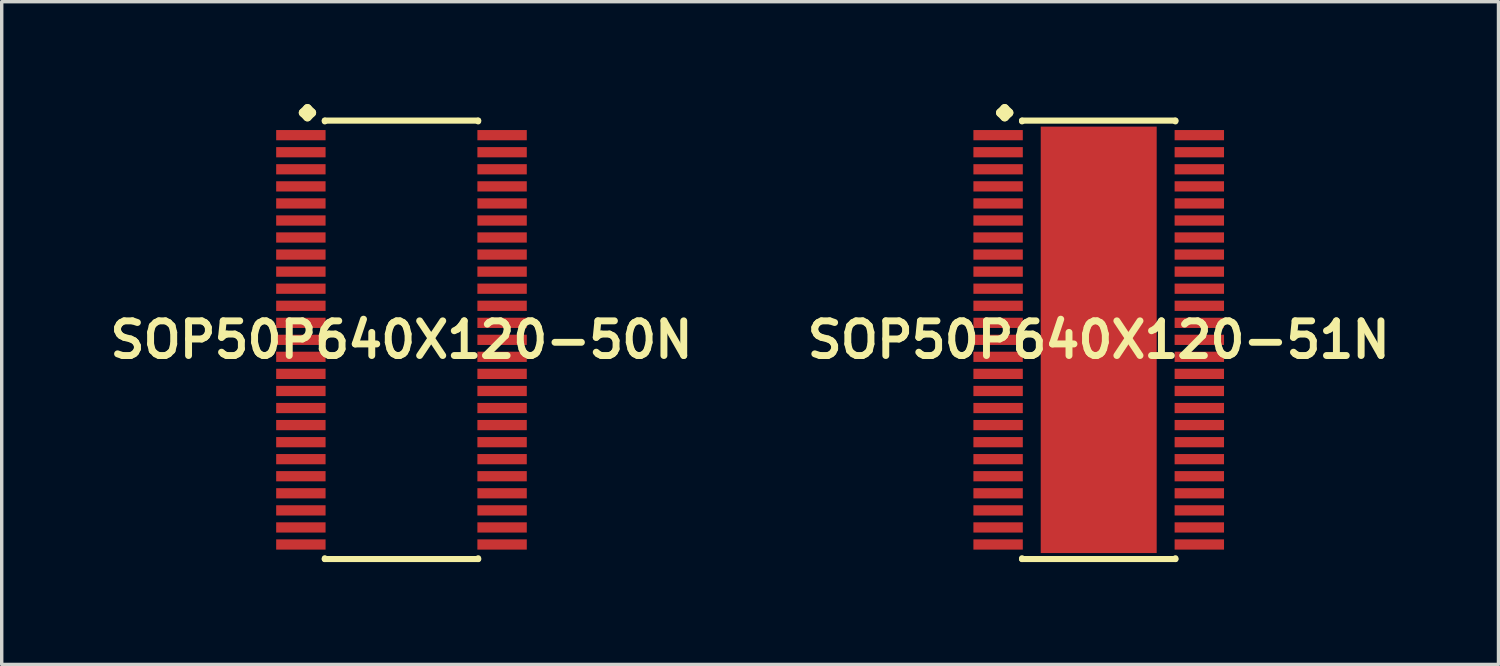
<source format=kicad_pcb>
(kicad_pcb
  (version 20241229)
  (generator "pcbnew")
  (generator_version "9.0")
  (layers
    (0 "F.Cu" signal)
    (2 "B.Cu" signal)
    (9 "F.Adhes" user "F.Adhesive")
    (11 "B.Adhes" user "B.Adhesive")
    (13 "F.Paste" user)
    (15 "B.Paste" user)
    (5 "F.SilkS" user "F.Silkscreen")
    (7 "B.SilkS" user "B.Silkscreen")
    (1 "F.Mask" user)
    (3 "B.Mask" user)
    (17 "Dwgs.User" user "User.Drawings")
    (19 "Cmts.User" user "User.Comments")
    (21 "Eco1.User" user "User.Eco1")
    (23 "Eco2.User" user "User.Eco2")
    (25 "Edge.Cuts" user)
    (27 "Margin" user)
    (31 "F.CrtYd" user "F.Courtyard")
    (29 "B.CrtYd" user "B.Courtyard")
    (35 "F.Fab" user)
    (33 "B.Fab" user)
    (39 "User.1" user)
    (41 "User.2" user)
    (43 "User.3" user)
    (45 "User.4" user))
  (footprint "SOP50P640X120-50N"
    (layer "F.Cu")
    (at 8.718 6.911)
    (property "Reference" "SOP50P640X120-50N" (at 0 0 0) (layer "F.SilkS") (effects (font (size 1.016 1.016) (thickness 0.203))))
    (attr smd)
    (fp_line (start -2.883 -6.657) (end -2.756 -6.784) (stroke (width 0.254) (type solid)) (layer "F.SilkS"))
    (fp_line (start -2.756 -6.784) (end -2.629 -6.657) (stroke (width 0.254) (type solid)) (layer "F.SilkS"))
    (fp_line (start -2.756 -6.53) (end -2.883 -6.657) (stroke (width 0.254) (type solid)) (layer "F.SilkS"))
    (fp_line (start -2.629 -6.657) (end -2.756 -6.53) (stroke (width 0.254) (type solid)) (layer "F.SilkS"))
    (fp_line (start -2.248 -6.426) (end 2.248 -6.426) (stroke (width 0.178) (type solid)) (layer "F.SilkS"))
    (fp_line (start -2.248 -6.403) (end -2.248 -6.426) (stroke (width 0.178) (type solid)) (layer "F.SilkS"))
    (fp_line (start -2.248 6.403) (end -2.248 6.426) (stroke (width 0.178) (type solid)) (layer "F.SilkS"))
    (fp_line (start -2.248 6.426) (end 2.248 6.426) (stroke (width 0.178) (type solid)) (layer "F.SilkS"))
    (fp_line (start 2.248 -6.426) (end 2.248 -6.403) (stroke (width 0.178) (type solid)) (layer "F.SilkS"))
    (fp_line (start 2.248 6.426) (end 2.248 6.403) (stroke (width 0.178) (type solid)) (layer "F.SilkS"))
    (pad "1" smd rect (at -2.949 -5.999) (size 1.448 0.3) (layers "F.Cu" "F.Mask" "F.Paste"))
    (pad "2" smd rect (at -2.949 -5.499) (size 1.448 0.3) (layers "F.Cu" "F.Mask" "F.Paste"))
    (pad "3" smd rect (at -2.949 -4.999) (size 1.448 0.3) (layers "F.Cu" "F.Mask" "F.Paste"))
    (pad "4" smd rect (at -2.949 -4.498) (size 1.448 0.3) (layers "F.Cu" "F.Mask" "F.Paste"))
    (pad "5" smd rect (at -2.949 -3.998) (size 1.448 0.3) (layers "F.Cu" "F.Mask" "F.Paste"))
    (pad "6" smd rect (at -2.949 -3.498) (size 1.448 0.3) (layers "F.Cu" "F.Mask" "F.Paste"))
    (pad "7" smd rect (at -2.949 -3) (size 1.448 0.3) (layers "F.Cu" "F.Mask" "F.Paste"))
    (pad "8" smd rect (at -2.949 -2.499) (size 1.448 0.3) (layers "F.Cu" "F.Mask" "F.Paste"))
    (pad "9" smd rect (at -2.949 -1.999) (size 1.448 0.3) (layers "F.Cu" "F.Mask" "F.Paste"))
    (pad "10" smd rect (at -2.949 -1.499) (size 1.448 0.3) (layers "F.Cu" "F.Mask" "F.Paste"))
    (pad "11" smd rect (at -2.949 -0.998) (size 1.448 0.3) (layers "F.Cu" "F.Mask" "F.Paste"))
    (pad "12" smd rect (at -2.949 -0.498) (size 1.448 0.3) (layers "F.Cu" "F.Mask" "F.Paste"))
    (pad "13" smd rect (at -2.949 0) (size 1.448 0.3) (layers "F.Cu" "F.Mask" "F.Paste"))
    (pad "14" smd rect (at -2.949 0.498) (size 1.448 0.3) (layers "F.Cu" "F.Mask" "F.Paste"))
    (pad "15" smd rect (at -2.949 0.998) (size 1.448 0.3) (layers "F.Cu" "F.Mask" "F.Paste"))
    (pad "16" smd rect (at -2.949 1.499) (size 1.448 0.3) (layers "F.Cu" "F.Mask" "F.Paste"))
    (pad "17" smd rect (at -2.949 1.999) (size 1.448 0.3) (layers "F.Cu" "F.Mask" "F.Paste"))
    (pad "18" smd rect (at -2.949 2.499) (size 1.448 0.3) (layers "F.Cu" "F.Mask" "F.Paste"))
    (pad "19" smd rect (at -2.949 3) (size 1.448 0.3) (layers "F.Cu" "F.Mask" "F.Paste"))
    (pad "20" smd rect (at -2.949 3.498) (size 1.448 0.3) (layers "F.Cu" "F.Mask" "F.Paste"))
    (pad "21" smd rect (at -2.949 3.998) (size 1.448 0.3) (layers "F.Cu" "F.Mask" "F.Paste"))
    (pad "22" smd rect (at -2.949 4.498) (size 1.448 0.3) (layers "F.Cu" "F.Mask" "F.Paste"))
    (pad "23" smd rect (at -2.949 4.999) (size 1.448 0.3) (layers "F.Cu" "F.Mask" "F.Paste"))
    (pad "24" smd rect (at -2.949 5.499) (size 1.448 0.3) (layers "F.Cu" "F.Mask" "F.Paste"))
    (pad "25" smd rect (at -2.949 5.999) (size 1.448 0.3) (layers "F.Cu" "F.Mask" "F.Paste"))
    (pad "26" smd rect (at 2.949 5.999) (size 1.448 0.3) (layers "F.Cu" "F.Mask" "F.Paste"))
    (pad "27" smd rect (at 2.949 5.499) (size 1.448 0.3) (layers "F.Cu" "F.Mask" "F.Paste"))
    (pad "28" smd rect (at 2.949 4.999) (size 1.448 0.3) (layers "F.Cu" "F.Mask" "F.Paste"))
    (pad "29" smd rect (at 2.949 4.498) (size 1.448 0.3) (layers "F.Cu" "F.Mask" "F.Paste"))
    (pad "30" smd rect (at 2.949 3.998) (size 1.448 0.3) (layers "F.Cu" "F.Mask" "F.Paste"))
    (pad "31" smd rect (at 2.949 3.498) (size 1.448 0.3) (layers "F.Cu" "F.Mask" "F.Paste"))
    (pad "32" smd rect (at 2.949 3) (size 1.448 0.3) (layers "F.Cu" "F.Mask" "F.Paste"))
    (pad "33" smd rect (at 2.949 2.499) (size 1.448 0.3) (layers "F.Cu" "F.Mask" "F.Paste"))
    (pad "34" smd rect (at 2.949 1.999) (size 1.448 0.3) (layers "F.Cu" "F.Mask" "F.Paste"))
    (pad "35" smd rect (at 2.949 1.499) (size 1.448 0.3) (layers "F.Cu" "F.Mask" "F.Paste"))
    (pad "36" smd rect (at 2.949 0.998) (size 1.448 0.3) (layers "F.Cu" "F.Mask" "F.Paste"))
    (pad "37" smd rect (at 2.949 0.498) (size 1.448 0.3) (layers "F.Cu" "F.Mask" "F.Paste"))
    (pad "38" smd rect (at 2.949 0) (size 1.448 0.3) (layers "F.Cu" "F.Mask" "F.Paste"))
    (pad "39" smd rect (at 2.949 -0.498) (size 1.448 0.3) (layers "F.Cu" "F.Mask" "F.Paste"))
    (pad "40" smd rect (at 2.949 -0.998) (size 1.448 0.3) (layers "F.Cu" "F.Mask" "F.Paste"))
    (pad "41" smd rect (at 2.949 -1.499) (size 1.448 0.3) (layers "F.Cu" "F.Mask" "F.Paste"))
    (pad "42" smd rect (at 2.949 -1.999) (size 1.448 0.3) (layers "F.Cu" "F.Mask" "F.Paste"))
    (pad "43" smd rect (at 2.949 -2.499) (size 1.448 0.3) (layers "F.Cu" "F.Mask" "F.Paste"))
    (pad "44" smd rect (at 2.949 -3) (size 1.448 0.3) (layers "F.Cu" "F.Mask" "F.Paste"))
    (pad "45" smd rect (at 2.949 -3.498) (size 1.448 0.3) (layers "F.Cu" "F.Mask" "F.Paste"))
    (pad "46" smd rect (at 2.949 -3.998) (size 1.448 0.3) (layers "F.Cu" "F.Mask" "F.Paste"))
    (pad "47" smd rect (at 2.949 -4.498) (size 1.448 0.3) (layers "F.Cu" "F.Mask" "F.Paste"))
    (pad "48" smd rect (at 2.949 -4.999) (size 1.448 0.3) (layers "F.Cu" "F.Mask" "F.Paste"))
    (pad "49" smd rect (at 2.949 -5.499) (size 1.448 0.3) (layers "F.Cu" "F.Mask" "F.Paste"))
    (pad "50" smd rect (at 2.949 -5.999) (size 1.448 0.3) (layers "F.Cu" "F.Mask" "F.Paste")))
  (footprint "SOP50P640X120-51N"
    (layer "F.Cu")
    (at 29.155 6.911)
    (property "Reference" "SOP50P640X120-51N" (at 0 0 0) (layer "F.SilkS") (effects (font (size 1.016 1.016) (thickness 0.203))))
    (attr smd)
    (fp_line (start -2.883 -6.657) (end -2.756 -6.784) (stroke (width 0.254) (type solid)) (layer "F.SilkS"))
    (fp_line (start -2.756 -6.784) (end -2.629 -6.657) (stroke (width 0.254) (type solid)) (layer "F.SilkS"))
    (fp_line (start -2.756 -6.53) (end -2.883 -6.657) (stroke (width 0.254) (type solid)) (layer "F.SilkS"))
    (fp_line (start -2.629 -6.657) (end -2.756 -6.53) (stroke (width 0.254) (type solid)) (layer "F.SilkS"))
    (fp_line (start -2.248 -6.426) (end 2.248 -6.426) (stroke (width 0.178) (type solid)) (layer "F.SilkS"))
    (fp_line (start -2.248 -6.403) (end -2.248 -6.426) (stroke (width 0.178) (type solid)) (layer "F.SilkS"))
    (fp_line (start -2.248 6.403) (end -2.248 6.426) (stroke (width 0.178) (type solid)) (layer "F.SilkS"))
    (fp_line (start -2.248 6.426) (end 2.248 6.426) (stroke (width 0.178) (type solid)) (layer "F.SilkS"))
    (fp_line (start 2.248 -6.426) (end 2.248 -6.403) (stroke (width 0.178) (type solid)) (layer "F.SilkS"))
    (fp_line (start 2.248 6.426) (end 2.248 6.403) (stroke (width 0.178) (type solid)) (layer "F.SilkS"))
    (pad "1" smd rect (at -2.949 -5.999) (size 1.448 0.3) (layers "F.Cu" "F.Mask" "F.Paste"))
    (pad "2" smd rect (at -2.949 -5.499) (size 1.448 0.3) (layers "F.Cu" "F.Mask" "F.Paste"))
    (pad "3" smd rect (at -2.949 -4.999) (size 1.448 0.3) (layers "F.Cu" "F.Mask" "F.Paste"))
    (pad "4" smd rect (at -2.949 -4.498) (size 1.448 0.3) (layers "F.Cu" "F.Mask" "F.Paste"))
    (pad "5" smd rect (at -2.949 -3.998) (size 1.448 0.3) (layers "F.Cu" "F.Mask" "F.Paste"))
    (pad "6" smd rect (at -2.949 -3.498) (size 1.448 0.3) (layers "F.Cu" "F.Mask" "F.Paste"))
    (pad "7" smd rect (at -2.949 -3) (size 1.448 0.3) (layers "F.Cu" "F.Mask" "F.Paste"))
    (pad "8" smd rect (at -2.949 -2.499) (size 1.448 0.3) (layers "F.Cu" "F.Mask" "F.Paste"))
    (pad "9" smd rect (at -2.949 -1.999) (size 1.448 0.3) (layers "F.Cu" "F.Mask" "F.Paste"))
    (pad "10" smd rect (at -2.949 -1.499) (size 1.448 0.3) (layers "F.Cu" "F.Mask" "F.Paste"))
    (pad "11" smd rect (at -2.949 -0.998) (size 1.448 0.3) (layers "F.Cu" "F.Mask" "F.Paste"))
    (pad "12" smd rect (at -2.949 -0.498) (size 1.448 0.3) (layers "F.Cu" "F.Mask" "F.Paste"))
    (pad "13" smd rect (at -2.949 0) (size 1.448 0.3) (layers "F.Cu" "F.Mask" "F.Paste"))
    (pad "14" smd rect (at -2.949 0.498) (size 1.448 0.3) (layers "F.Cu" "F.Mask" "F.Paste"))
    (pad "15" smd rect (at -2.949 0.998) (size 1.448 0.3) (layers "F.Cu" "F.Mask" "F.Paste"))
    (pad "16" smd rect (at -2.949 1.499) (size 1.448 0.3) (layers "F.Cu" "F.Mask" "F.Paste"))
    (pad "17" smd rect (at -2.949 1.999) (size 1.448 0.3) (layers "F.Cu" "F.Mask" "F.Paste"))
    (pad "18" smd rect (at -2.949 2.499) (size 1.448 0.3) (layers "F.Cu" "F.Mask" "F.Paste"))
    (pad "19" smd rect (at -2.949 3) (size 1.448 0.3) (layers "F.Cu" "F.Mask" "F.Paste"))
    (pad "20" smd rect (at -2.949 3.498) (size 1.448 0.3) (layers "F.Cu" "F.Mask" "F.Paste"))
    (pad "21" smd rect (at -2.949 3.998) (size 1.448 0.3) (layers "F.Cu" "F.Mask" "F.Paste"))
    (pad "22" smd rect (at -2.949 4.498) (size 1.448 0.3) (layers "F.Cu" "F.Mask" "F.Paste"))
    (pad "23" smd rect (at -2.949 4.999) (size 1.448 0.3) (layers "F.Cu" "F.Mask" "F.Paste"))
    (pad "24" smd rect (at -2.949 5.499) (size 1.448 0.3) (layers "F.Cu" "F.Mask" "F.Paste"))
    (pad "25" smd rect (at -2.949 5.999) (size 1.448 0.3) (layers "F.Cu" "F.Mask" "F.Paste"))
    (pad "26" smd rect (at 2.949 5.999) (size 1.448 0.3) (layers "F.Cu" "F.Mask" "F.Paste"))
    (pad "27" smd rect (at 2.949 5.499) (size 1.448 0.3) (layers "F.Cu" "F.Mask" "F.Paste"))
    (pad "28" smd rect (at 2.949 4.999) (size 1.448 0.3) (layers "F.Cu" "F.Mask" "F.Paste"))
    (pad "29" smd rect (at 2.949 4.498) (size 1.448 0.3) (layers "F.Cu" "F.Mask" "F.Paste"))
    (pad "30" smd rect (at 2.949 3.998) (size 1.448 0.3) (layers "F.Cu" "F.Mask" "F.Paste"))
    (pad "31" smd rect (at 2.949 3.498) (size 1.448 0.3) (layers "F.Cu" "F.Mask" "F.Paste"))
    (pad "32" smd rect (at 2.949 3) (size 1.448 0.3) (layers "F.Cu" "F.Mask" "F.Paste"))
    (pad "33" smd rect (at 2.949 2.499) (size 1.448 0.3) (layers "F.Cu" "F.Mask" "F.Paste"))
    (pad "34" smd rect (at 2.949 1.999) (size 1.448 0.3) (layers "F.Cu" "F.Mask" "F.Paste"))
    (pad "35" smd rect (at 2.949 1.499) (size 1.448 0.3) (layers "F.Cu" "F.Mask" "F.Paste"))
    (pad "36" smd rect (at 2.949 0.998) (size 1.448 0.3) (layers "F.Cu" "F.Mask" "F.Paste"))
    (pad "37" smd rect (at 2.949 0.498) (size 1.448 0.3) (layers "F.Cu" "F.Mask" "F.Paste"))
    (pad "38" smd rect (at 2.949 0) (size 1.448 0.3) (layers "F.Cu" "F.Mask" "F.Paste"))
    (pad "39" smd rect (at 2.949 -0.498) (size 1.448 0.3) (layers "F.Cu" "F.Mask" "F.Paste"))
    (pad "40" smd rect (at 2.949 -0.998) (size 1.448 0.3) (layers "F.Cu" "F.Mask" "F.Paste"))
    (pad "41" smd rect (at 2.949 -1.499) (size 1.448 0.3) (layers "F.Cu" "F.Mask" "F.Paste"))
    (pad "42" smd rect (at 2.949 -1.999) (size 1.448 0.3) (layers "F.Cu" "F.Mask" "F.Paste"))
    (pad "43" smd rect (at 2.949 -2.499) (size 1.448 0.3) (layers "F.Cu" "F.Mask" "F.Paste"))
    (pad "44" smd rect (at 2.949 -3) (size 1.448 0.3) (layers "F.Cu" "F.Mask" "F.Paste"))
    (pad "45" smd rect (at 2.949 -3.498) (size 1.448 0.3) (layers "F.Cu" "F.Mask" "F.Paste"))
    (pad "46" smd rect (at 2.949 -3.998) (size 1.448 0.3) (layers "F.Cu" "F.Mask" "F.Paste"))
    (pad "47" smd rect (at 2.949 -4.498) (size 1.448 0.3) (layers "F.Cu" "F.Mask" "F.Paste"))
    (pad "48" smd rect (at 2.949 -4.999) (size 1.448 0.3) (layers "F.Cu" "F.Mask" "F.Paste"))
    (pad "49" smd rect (at 2.949 -5.499) (size 1.448 0.3) (layers "F.Cu" "F.Mask" "F.Paste"))
    (pad "50" smd rect (at 2.949 -5.999) (size 1.448 0.3) (layers "F.Cu" "F.Mask" "F.Paste"))
    (pad "51" smd rect (at 0 0) (size 3.399 12.499) (layers "F.Cu" "F.Mask" "F.Paste")))
  (gr_rect
    (start -3 -3)
    (end 40.873 16.426)
    (stroke (width 0.1) (type default))
    (fill no)
    (layer "Edge.Cuts")))
</source>
